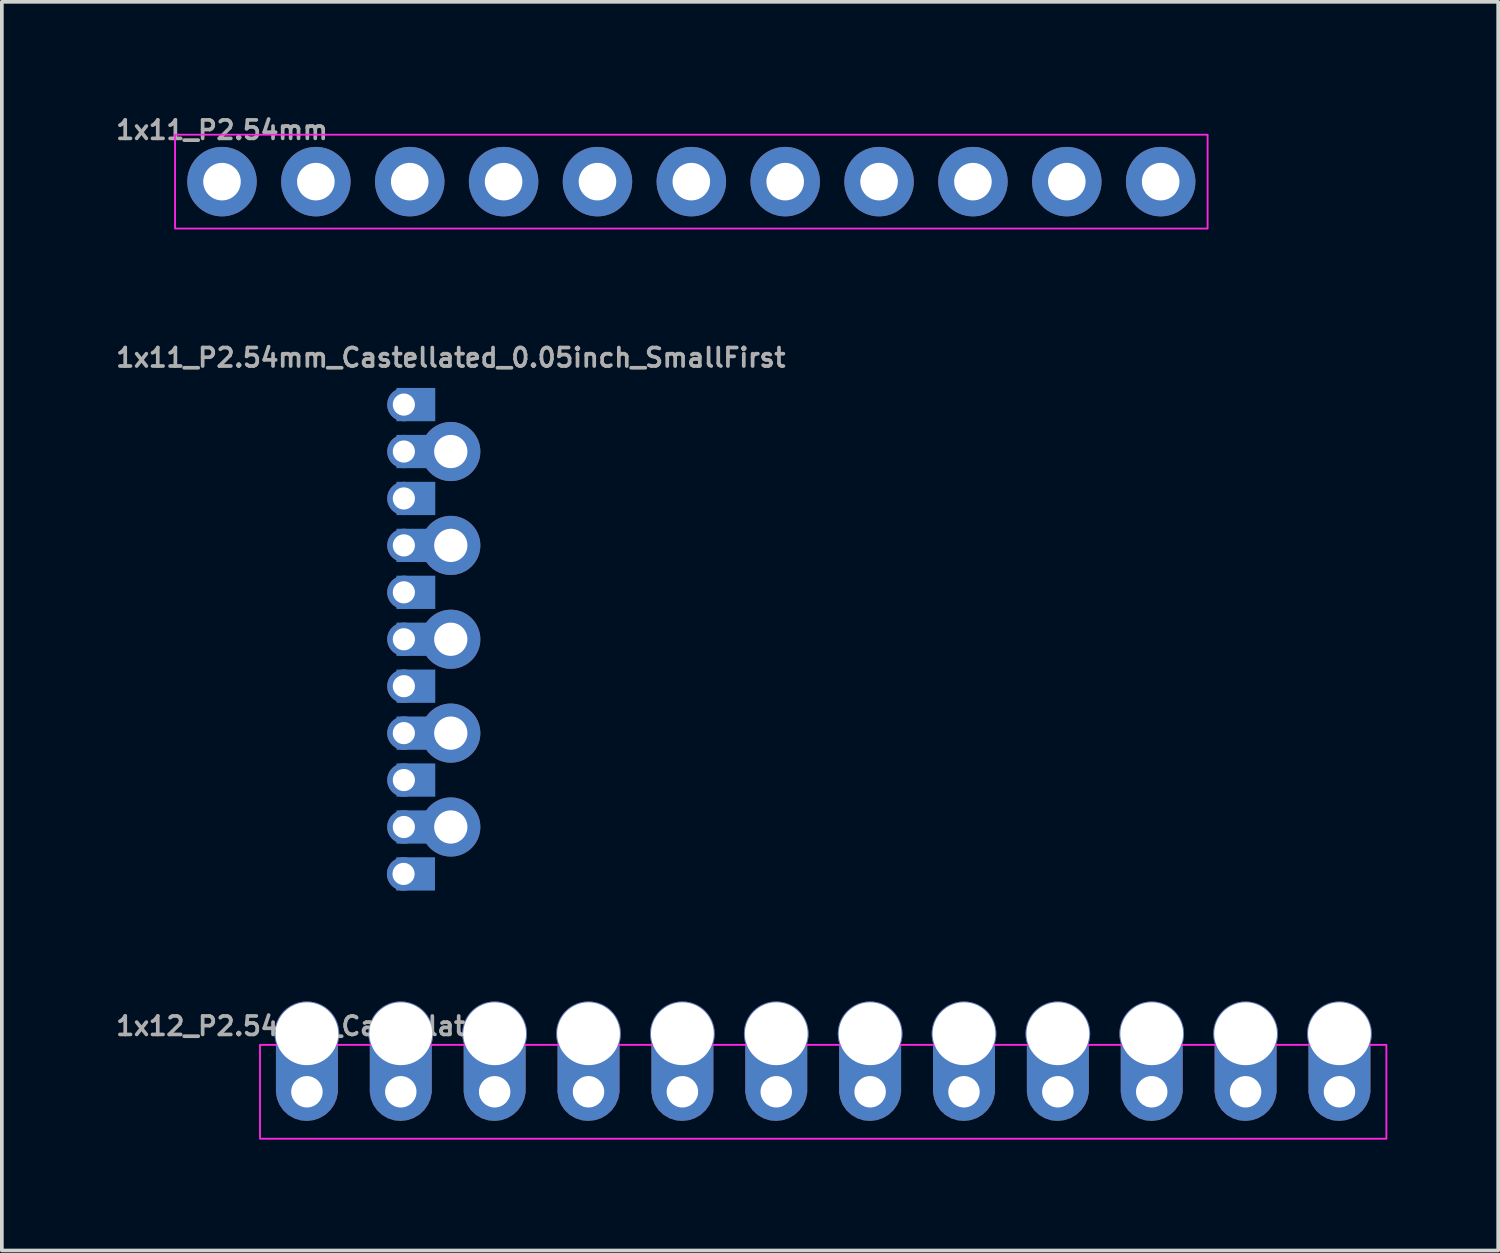
<source format=kicad_pcb>
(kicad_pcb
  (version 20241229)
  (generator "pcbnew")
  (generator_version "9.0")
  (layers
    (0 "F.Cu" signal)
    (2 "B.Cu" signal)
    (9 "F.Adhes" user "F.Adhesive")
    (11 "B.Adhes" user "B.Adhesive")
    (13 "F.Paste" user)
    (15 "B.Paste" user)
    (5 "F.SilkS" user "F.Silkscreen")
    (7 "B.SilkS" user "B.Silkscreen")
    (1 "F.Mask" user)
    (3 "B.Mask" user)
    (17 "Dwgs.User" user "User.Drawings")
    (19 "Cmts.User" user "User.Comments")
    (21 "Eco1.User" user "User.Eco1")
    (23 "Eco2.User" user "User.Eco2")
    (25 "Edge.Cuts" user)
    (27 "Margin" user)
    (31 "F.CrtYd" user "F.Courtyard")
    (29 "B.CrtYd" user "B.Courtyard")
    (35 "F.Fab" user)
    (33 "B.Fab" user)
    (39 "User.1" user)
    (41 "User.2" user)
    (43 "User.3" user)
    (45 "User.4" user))
  (footprint "1x11_P2.54mm_Castellated_0.05inch_SmallFirst"
    (layer "F.Cu")
    (at 9.148 20.598)
    (property "Reference" "1x11_P2.54mm_Castellated_0.05inch_SmallFirst" (at 0 -13.97 0) (layer "F.Fab") (effects (font (size 0.5 0.5) (thickness 0.1))))
    (pad "1" thru_hole circle (at -1.278 0) (size 0.9 0.9) (drill 0.6) (property pad_prop_castellated) (layers "*.Cu" "*.Mask") (remove_unused_layers yes) (keep_end_layers yes) (zone_layer_connections))
    (pad "1" smd rect (at -0.953 0) (size 1.05 0.9) (property pad_prop_castellated) (layers "B.Cu" "B.Mask"))
    (pad "2" thru_hole circle (at -1.27 -1.27) (size 0.9 0.9) (drill 0.6) (property pad_prop_castellated) (layers "*.Cu" "*.Mask") (remove_unused_layers yes) (keep_end_layers yes) (zone_layer_connections))
    (pad "2" smd rect (at -0.945 -1.27) (size 1.05 0.9) (property pad_prop_castellated) (layers "B.Cu" "B.Mask"))
    (pad "2" thru_hole circle (at 0 -1.27 90) (size 1.6 1.6) (drill 0.9) (layers "*.Cu" "F.Mask") (remove_unused_layers yes) (keep_end_layers yes) (zone_layer_connections))
    (pad "3" thru_hole circle (at -1.27 -2.54) (size 0.9 0.9) (drill 0.6) (property pad_prop_castellated) (layers "*.Cu" "*.Mask") (remove_unused_layers yes) (keep_end_layers yes) (zone_layer_connections))
    (pad "3" smd rect (at -0.945 -2.54) (size 1.05 0.9) (property pad_prop_castellated) (layers "B.Cu" "B.Mask"))
    (pad "4" thru_hole circle (at -1.27 -3.81) (size 0.9 0.9) (drill 0.6) (property pad_prop_castellated) (layers "*.Cu" "*.Mask") (remove_unused_layers yes) (keep_end_layers yes) (zone_layer_connections))
    (pad "4" smd rect (at -0.945 -3.81) (size 1.05 0.9) (property pad_prop_castellated) (layers "B.Cu" "B.Mask"))
    (pad "4" thru_hole circle (at 0 -3.81 90) (size 1.6 1.6) (drill 0.9) (layers "*.Cu" "F.Mask") (remove_unused_layers yes) (keep_end_layers yes) (zone_layer_connections))
    (pad "5" thru_hole circle (at -1.27 -5.08) (size 0.9 0.9) (drill 0.6) (property pad_prop_castellated) (layers "*.Cu" "*.Mask") (remove_unused_layers yes) (keep_end_layers yes) (zone_layer_connections))
    (pad "5" smd rect (at -0.945 -5.08) (size 1.05 0.9) (property pad_prop_castellated) (layers "B.Cu" "B.Mask"))
    (pad "6" thru_hole circle (at -1.27 -6.35) (size 0.9 0.9) (drill 0.6) (property pad_prop_castellated) (layers "*.Cu" "*.Mask") (remove_unused_layers yes) (keep_end_layers yes) (zone_layer_connections))
    (pad "6" smd rect (at -0.945 -6.35) (size 1.05 0.9) (property pad_prop_castellated) (layers "B.Cu" "B.Mask"))
    (pad "6" thru_hole circle (at 0 -6.35 90) (size 1.6 1.6) (drill 0.9) (layers "*.Cu" "F.Mask") (remove_unused_layers yes) (keep_end_layers yes) (zone_layer_connections))
    (pad "7" thru_hole circle (at -1.27 -7.62) (size 0.9 0.9) (drill 0.6) (property pad_prop_castellated) (layers "*.Cu" "*.Mask") (remove_unused_layers yes) (keep_end_layers yes) (zone_layer_connections))
    (pad "7" smd rect (at -0.945 -7.62) (size 1.05 0.9) (property pad_prop_castellated) (layers "B.Cu" "B.Mask"))
    (pad "8" thru_hole circle (at -1.27 -8.89) (size 0.9 0.9) (drill 0.6) (property pad_prop_castellated) (layers "*.Cu" "*.Mask") (remove_unused_layers yes) (keep_end_layers yes) (zone_layer_connections))
    (pad "8" smd rect (at -0.945 -8.89) (size 1.05 0.9) (property pad_prop_castellated) (layers "B.Cu" "B.Mask"))
    (pad "8" thru_hole circle (at 0 -8.89 90) (size 1.6 1.6) (drill 0.9) (layers "*.Cu" "F.Mask") (remove_unused_layers yes) (keep_end_layers yes) (zone_layer_connections))
    (pad "9" thru_hole circle (at -1.27 -10.16) (size 0.9 0.9) (drill 0.6) (property pad_prop_castellated) (layers "*.Cu" "*.Mask") (remove_unused_layers yes) (keep_end_layers yes) (zone_layer_connections))
    (pad "9" smd rect (at -0.945 -10.16) (size 1.05 0.9) (property pad_prop_castellated) (layers "B.Cu" "B.Mask"))
    (pad "10" thru_hole circle (at -1.27 -11.43) (size 0.9 0.9) (drill 0.6) (property pad_prop_castellated) (layers "*.Cu" "*.Mask") (remove_unused_layers yes) (keep_end_layers yes) (zone_layer_connections))
    (pad "10" smd rect (at -0.945 -11.43) (size 1.05 0.9) (property pad_prop_castellated) (layers "B.Cu" "B.Mask"))
    (pad "10" thru_hole circle (at 0 -11.43 90) (size 1.6 1.6) (drill 0.9) (layers "*.Cu" "F.Mask") (remove_unused_layers yes) (keep_end_layers yes) (zone_layer_connections))
    (pad "11" thru_hole circle (at -1.27 -12.7) (size 0.9 0.9) (drill 0.6) (property pad_prop_castellated) (layers "*.Cu" "*.Mask") (remove_unused_layers yes) (keep_end_layers yes) (zone_layer_connections))
    (pad "11" smd rect (at -0.945 -12.7) (size 1.05 0.9) (property pad_prop_castellated) (layers "B.Cu" "B.Mask")))
  (footprint "1x12_P2.54mm_Castellated"
    (layer "F.Cu")
    (at 5.255 26.493)
    (property "Reference" "1x12_P2.54mm_Castellated" (at 0 -1.778 0) (layer "F.Fab") (effects (font (size 0.5 0.5) (thickness 0.1))))
    (fp_rect (start -1.27 -1.27) (end 29.21 1.27) (stroke (width 0.05) (type default)) (fill no) (layer "F.CrtYd"))
    (fp_rect (start -0.254 -0.254) (end 0.254 0.254) (stroke (width 0.1) (type default)) (fill no) (layer "F.Fab"))
    (fp_rect (start 2.286 -0.254) (end 2.794 0.254) (stroke (width 0.1) (type default)) (fill no) (layer "F.Fab"))
    (fp_rect (start 4.826 -0.254) (end 5.334 0.254) (stroke (width 0.1) (type default)) (fill no) (layer "F.Fab"))
    (fp_rect (start 7.366 -0.254) (end 7.874 0.254) (stroke (width 0.1) (type default)) (fill no) (layer "F.Fab"))
    (fp_rect (start 9.906 -0.254) (end 10.414 0.254) (stroke (width 0.1) (type default)) (fill no) (layer "F.Fab"))
    (fp_rect (start 12.446 -0.254) (end 12.954 0.254) (stroke (width 0.1) (type default)) (fill no) (layer "F.Fab"))
    (fp_rect (start 14.986 -0.254) (end 15.494 0.254) (stroke (width 0.1) (type default)) (fill no) (layer "F.Fab"))
    (fp_rect (start 17.526 -0.254) (end 18.034 0.254) (stroke (width 0.1) (type default)) (fill no) (layer "F.Fab"))
    (fp_rect (start 20.066 -0.254) (end 20.574 0.254) (stroke (width 0.1) (type default)) (fill no) (layer "F.Fab"))
    (fp_rect (start 22.606 -0.254) (end 23.114 0.254) (stroke (width 0.1) (type default)) (fill no) (layer "F.Fab"))
    (fp_rect (start 25.146 -0.254) (end 25.654 0.254) (stroke (width 0.1) (type default)) (fill no) (layer "F.Fab"))
    (fp_rect (start 27.686 -0.254) (end 28.194 0.254) (stroke (width 0.1) (type default)) (fill no) (layer "F.Fab"))
    (pad "1" thru_hole circle (at 0 -1.57 270) (size 1.75 1.75) (drill 1.7) (layers "*.Cu" "*.Mask") (remove_unused_layers yes) (keep_end_layers yes) (zone_layer_connections))
    (pad "1" thru_hole custom (at 0 0 90) (size 1.016 1.016) (drill 0.85) (layers "*.Cu" "*.Mask") (remove_unused_layers yes) (keep_end_layers yes) (zone_layer_connections) (options (anchor circle)) (primitives (gr_poly (pts (xy -0.189 0.803) (xy -0.352 0.733) (xy -0.498 0.63) (xy -0.619 0.499) (xy -0.71 0.346) (xy -0.767 0.177) (xy -0.787 0.001) (xy -0.787 -0.001) (xy -0.771 -0.179) (xy -0.716 -0.349) (xy -0.625 -0.505) (xy -0.504 -0.636) (xy -0.356 -0.739) (xy -0.19 -0.807) (xy -0.014 -0.838) (xy 1.27 -0.838) (xy 1.27 0.838) (xy -0.014 0.838)) (width 0) (fill yes))))
    (pad "2" thru_hole circle (at 2.54 -1.57 270) (size 1.75 1.75) (drill 1.7) (layers "*.Cu" "*.Mask") (remove_unused_layers yes) (keep_end_layers yes) (zone_layer_connections))
    (pad "2" thru_hole custom (at 2.54 0 90) (size 1.016 1.016) (drill 0.85) (layers "*.Cu" "*.Mask") (remove_unused_layers yes) (keep_end_layers yes) (zone_layer_connections) (options (anchor circle)) (primitives (gr_poly (pts (xy -0.189 0.803) (xy -0.352 0.733) (xy -0.498 0.63) (xy -0.619 0.499) (xy -0.71 0.346) (xy -0.767 0.177) (xy -0.787 0.001) (xy -0.787 -0.001) (xy -0.771 -0.179) (xy -0.716 -0.349) (xy -0.625 -0.505) (xy -0.504 -0.636) (xy -0.356 -0.739) (xy -0.19 -0.807) (xy -0.014 -0.838) (xy 1.27 -0.838) (xy 1.27 0.838) (xy -0.014 0.838)) (width 0) (fill yes))))
    (pad "3" thru_hole circle (at 5.08 -1.57 270) (size 1.75 1.75) (drill 1.7) (layers "*.Cu" "*.Mask") (remove_unused_layers yes) (keep_end_layers yes) (zone_layer_connections))
    (pad "3" thru_hole custom (at 5.08 0 90) (size 1.016 1.016) (drill 0.85) (layers "*.Cu" "*.Mask") (remove_unused_layers yes) (keep_end_layers yes) (zone_layer_connections) (options (anchor circle)) (primitives (gr_poly (pts (xy -0.189 0.803) (xy -0.352 0.733) (xy -0.498 0.63) (xy -0.619 0.499) (xy -0.71 0.346) (xy -0.767 0.177) (xy -0.787 0.001) (xy -0.787 -0.001) (xy -0.771 -0.179) (xy -0.716 -0.349) (xy -0.625 -0.505) (xy -0.504 -0.636) (xy -0.356 -0.739) (xy -0.19 -0.807) (xy -0.014 -0.838) (xy 1.27 -0.838) (xy 1.27 0.838) (xy -0.014 0.838)) (width 0) (fill yes))))
    (pad "4" thru_hole circle (at 7.62 -1.57 270) (size 1.75 1.75) (drill 1.7) (layers "*.Cu" "*.Mask") (remove_unused_layers yes) (keep_end_layers yes) (zone_layer_connections))
    (pad "4" thru_hole custom (at 7.62 0 90) (size 1.016 1.016) (drill 0.85) (layers "*.Cu" "*.Mask") (remove_unused_layers yes) (keep_end_layers yes) (zone_layer_connections) (options (anchor circle)) (primitives (gr_poly (pts (xy -0.189 0.803) (xy -0.352 0.733) (xy -0.498 0.63) (xy -0.619 0.499) (xy -0.71 0.346) (xy -0.767 0.177) (xy -0.787 0.001) (xy -0.787 -0.001) (xy -0.771 -0.179) (xy -0.716 -0.349) (xy -0.625 -0.505) (xy -0.504 -0.636) (xy -0.356 -0.739) (xy -0.19 -0.807) (xy -0.014 -0.838) (xy 1.27 -0.838) (xy 1.27 0.838) (xy -0.014 0.838)) (width 0) (fill yes))))
    (pad "5" thru_hole circle (at 10.16 -1.57 270) (size 1.75 1.75) (drill 1.7) (layers "*.Cu" "*.Mask") (remove_unused_layers yes) (keep_end_layers yes) (zone_layer_connections))
    (pad "5" thru_hole custom (at 10.16 0 90) (size 1.016 1.016) (drill 0.85) (layers "*.Cu" "*.Mask") (remove_unused_layers yes) (keep_end_layers yes) (zone_layer_connections) (options (anchor circle)) (primitives (gr_poly (pts (xy -0.189 0.803) (xy -0.352 0.733) (xy -0.498 0.63) (xy -0.619 0.499) (xy -0.71 0.346) (xy -0.767 0.177) (xy -0.787 0.001) (xy -0.787 -0.001) (xy -0.771 -0.179) (xy -0.716 -0.349) (xy -0.625 -0.505) (xy -0.504 -0.636) (xy -0.356 -0.739) (xy -0.19 -0.807) (xy -0.014 -0.838) (xy 1.27 -0.838) (xy 1.27 0.838) (xy -0.014 0.838)) (width 0) (fill yes))))
    (pad "6" thru_hole circle (at 12.7 -1.57 270) (size 1.75 1.75) (drill 1.7) (layers "*.Cu" "*.Mask") (remove_unused_layers yes) (keep_end_layers yes) (zone_layer_connections))
    (pad "6" thru_hole custom (at 12.7 0 90) (size 1.016 1.016) (drill 0.85) (layers "*.Cu" "*.Mask") (remove_unused_layers yes) (keep_end_layers yes) (zone_layer_connections) (options (anchor circle)) (primitives (gr_poly (pts (xy -0.189 0.803) (xy -0.352 0.733) (xy -0.498 0.63) (xy -0.619 0.499) (xy -0.71 0.346) (xy -0.767 0.177) (xy -0.787 0.001) (xy -0.787 -0.001) (xy -0.771 -0.179) (xy -0.716 -0.349) (xy -0.625 -0.505) (xy -0.504 -0.636) (xy -0.356 -0.739) (xy -0.19 -0.807) (xy -0.014 -0.838) (xy 1.27 -0.838) (xy 1.27 0.838) (xy -0.014 0.838)) (width 0) (fill yes))))
    (pad "7" thru_hole circle (at 15.24 -1.57 270) (size 1.75 1.75) (drill 1.7) (layers "*.Cu" "*.Mask") (remove_unused_layers yes) (keep_end_layers yes) (zone_layer_connections))
    (pad "7" thru_hole custom (at 15.24 0 90) (size 1.016 1.016) (drill 0.85) (layers "*.Cu" "*.Mask") (remove_unused_layers yes) (keep_end_layers yes) (zone_layer_connections) (options (anchor circle)) (primitives (gr_poly (pts (xy -0.189 0.803) (xy -0.352 0.733) (xy -0.498 0.63) (xy -0.619 0.499) (xy -0.71 0.346) (xy -0.767 0.177) (xy -0.787 0.001) (xy -0.787 -0.001) (xy -0.771 -0.179) (xy -0.716 -0.349) (xy -0.625 -0.505) (xy -0.504 -0.636) (xy -0.356 -0.739) (xy -0.19 -0.807) (xy -0.014 -0.838) (xy 1.27 -0.838) (xy 1.27 0.838) (xy -0.014 0.838)) (width 0) (fill yes))))
    (pad "8" thru_hole circle (at 17.78 -1.57 270) (size 1.75 1.75) (drill 1.7) (layers "*.Cu" "*.Mask") (remove_unused_layers yes) (keep_end_layers yes) (zone_layer_connections))
    (pad "8" thru_hole custom (at 17.78 0 90) (size 1.016 1.016) (drill 0.85) (layers "*.Cu" "*.Mask") (remove_unused_layers yes) (keep_end_layers yes) (zone_layer_connections) (options (anchor circle)) (primitives (gr_poly (pts (xy -0.189 0.803) (xy -0.352 0.733) (xy -0.498 0.63) (xy -0.619 0.499) (xy -0.71 0.346) (xy -0.767 0.177) (xy -0.787 0.001) (xy -0.787 -0.001) (xy -0.771 -0.179) (xy -0.716 -0.349) (xy -0.625 -0.505) (xy -0.504 -0.636) (xy -0.356 -0.739) (xy -0.19 -0.807) (xy -0.014 -0.838) (xy 1.27 -0.838) (xy 1.27 0.838) (xy -0.014 0.838)) (width 0) (fill yes))))
    (pad "9" thru_hole circle (at 20.32 -1.57 270) (size 1.75 1.75) (drill 1.7) (layers "*.Cu" "*.Mask") (remove_unused_layers yes) (keep_end_layers yes) (zone_layer_connections))
    (pad "9" thru_hole custom (at 20.32 0 90) (size 1.016 1.016) (drill 0.85) (layers "*.Cu" "*.Mask") (remove_unused_layers yes) (keep_end_layers yes) (zone_layer_connections) (options (anchor circle)) (primitives (gr_poly (pts (xy -0.189 0.803) (xy -0.352 0.733) (xy -0.498 0.63) (xy -0.619 0.499) (xy -0.71 0.346) (xy -0.767 0.177) (xy -0.787 0.001) (xy -0.787 -0.001) (xy -0.771 -0.179) (xy -0.716 -0.349) (xy -0.625 -0.505) (xy -0.504 -0.636) (xy -0.356 -0.739) (xy -0.19 -0.807) (xy -0.014 -0.838) (xy 1.27 -0.838) (xy 1.27 0.838) (xy -0.014 0.838)) (width 0) (fill yes))))
    (pad "10" thru_hole circle (at 22.86 -1.57 270) (size 1.75 1.75) (drill 1.7) (layers "*.Cu" "*.Mask") (remove_unused_layers yes) (keep_end_layers yes) (zone_layer_connections))
    (pad "10" thru_hole custom (at 22.86 0 90) (size 1.016 1.016) (drill 0.85) (layers "*.Cu" "*.Mask") (remove_unused_layers yes) (keep_end_layers yes) (zone_layer_connections) (options (anchor circle)) (primitives (gr_poly (pts (xy -0.189 0.803) (xy -0.352 0.733) (xy -0.498 0.63) (xy -0.619 0.499) (xy -0.71 0.346) (xy -0.767 0.177) (xy -0.787 0.001) (xy -0.787 -0.001) (xy -0.771 -0.179) (xy -0.716 -0.349) (xy -0.625 -0.505) (xy -0.504 -0.636) (xy -0.356 -0.739) (xy -0.19 -0.807) (xy -0.014 -0.838) (xy 1.27 -0.838) (xy 1.27 0.838) (xy -0.014 0.838)) (width 0) (fill yes))))
    (pad "11" thru_hole circle (at 25.4 -1.57 270) (size 1.75 1.75) (drill 1.7) (layers "*.Cu" "*.Mask") (remove_unused_layers yes) (keep_end_layers yes) (zone_layer_connections))
    (pad "11" thru_hole custom (at 25.4 0 90) (size 1.016 1.016) (drill 0.85) (layers "*.Cu" "*.Mask") (remove_unused_layers yes) (keep_end_layers yes) (zone_layer_connections) (options (anchor circle)) (primitives (gr_poly (pts (xy -0.189 0.803) (xy -0.352 0.733) (xy -0.498 0.63) (xy -0.619 0.499) (xy -0.71 0.346) (xy -0.767 0.177) (xy -0.787 0.001) (xy -0.787 -0.001) (xy -0.771 -0.179) (xy -0.716 -0.349) (xy -0.625 -0.505) (xy -0.504 -0.636) (xy -0.356 -0.739) (xy -0.19 -0.807) (xy -0.014 -0.838) (xy 1.27 -0.838) (xy 1.27 0.838) (xy -0.014 0.838)) (width 0) (fill yes))))
    (pad "12" thru_hole circle (at 27.94 -1.57 270) (size 1.75 1.75) (drill 1.7) (layers "*.Cu" "*.Mask") (remove_unused_layers yes) (keep_end_layers yes) (zone_layer_connections))
    (pad "12" thru_hole custom (at 27.94 0 90) (size 1.016 1.016) (drill 0.85) (layers "*.Cu" "*.Mask") (remove_unused_layers yes) (keep_end_layers yes) (zone_layer_connections) (options (anchor circle)) (primitives (gr_poly (pts (xy -0.189 0.803) (xy -0.352 0.733) (xy -0.498 0.63) (xy -0.619 0.499) (xy -0.71 0.346) (xy -0.767 0.177) (xy -0.787 0.001) (xy -0.787 -0.001) (xy -0.771 -0.179) (xy -0.716 -0.349) (xy -0.625 -0.505) (xy -0.504 -0.636) (xy -0.356 -0.739) (xy -0.19 -0.807) (xy -0.014 -0.838) (xy 1.27 -0.838) (xy 1.27 0.838) (xy -0.014 0.838)) (width 0) (fill yes)))))
  (footprint "1x11_P2.54mm"
    (layer "F.Cu")
    (at 2.957 1.865)
    (property "Reference" "1x11_P2.54mm" (at 0 -1.397 0) (layer "F.Fab") (effects (font (size 0.5 0.5) (thickness 0.1))))
    (fp_rect (start -1.27 -1.27) (end 26.67 1.27) (stroke (width 0.05) (type default)) (fill no) (layer "F.CrtYd"))
    (fp_poly (pts (xy -0.254 0.254) (xy 0.254 0.254) (xy 0.254 -0.254) (xy -0.254 -0.254)) (stroke (width 0.1) (type default)) (fill no) (layer "F.Fab"))
    (fp_poly (pts (xy 2.286 0.254) (xy 2.794 0.254) (xy 2.794 -0.254) (xy 2.286 -0.254)) (stroke (width 0.1) (type default)) (fill no) (layer "F.Fab"))
    (fp_poly (pts (xy 4.826 0.254) (xy 5.334 0.254) (xy 5.334 -0.254) (xy 4.826 -0.254)) (stroke (width 0.1) (type default)) (fill no) (layer "F.Fab"))
    (fp_poly (pts (xy 7.366 0.254) (xy 7.874 0.254) (xy 7.874 -0.254) (xy 7.366 -0.254)) (stroke (width 0.1) (type default)) (fill no) (layer "F.Fab"))
    (fp_poly (pts (xy 9.906 0.254) (xy 10.414 0.254) (xy 10.414 -0.254) (xy 9.906 -0.254)) (stroke (width 0.1) (type default)) (fill no) (layer "F.Fab"))
    (fp_poly (pts (xy 12.446 0.254) (xy 12.954 0.254) (xy 12.954 -0.254) (xy 12.446 -0.254)) (stroke (width 0.1) (type default)) (fill no) (layer "F.Fab"))
    (fp_poly (pts (xy 14.986 0.254) (xy 15.494 0.254) (xy 15.494 -0.254) (xy 14.986 -0.254)) (stroke (width 0.1) (type default)) (fill no) (layer "F.Fab"))
    (fp_poly (pts (xy 17.526 0.254) (xy 18.034 0.254) (xy 18.034 -0.254) (xy 17.526 -0.254)) (stroke (width 0.1) (type default)) (fill no) (layer "F.Fab"))
    (fp_poly (pts (xy 20.066 0.254) (xy 20.574 0.254) (xy 20.574 -0.254) (xy 20.066 -0.254)) (stroke (width 0.1) (type default)) (fill no) (layer "F.Fab"))
    (fp_poly (pts (xy 22.606 0.254) (xy 23.114 0.254) (xy 23.114 -0.254) (xy 22.606 -0.254)) (stroke (width 0.1) (type default)) (fill no) (layer "F.Fab"))
    (fp_poly (pts (xy 25.146 0.254) (xy 25.654 0.254) (xy 25.654 -0.254) (xy 25.146 -0.254)) (stroke (width 0.1) (type default)) (fill no) (layer "F.Fab"))
    (pad "1" thru_hole circle (at 0 0 90) (size 1.88 1.88) (drill 1.016) (layers "*.Cu" "*.Mask") (remove_unused_layers yes) (keep_end_layers yes) (zone_layer_connections))
    (pad "2" thru_hole circle (at 2.54 0 90) (size 1.88 1.88) (drill 1.016) (layers "*.Cu" "*.Mask") (remove_unused_layers yes) (keep_end_layers yes) (zone_layer_connections))
    (pad "3" thru_hole circle (at 5.08 0 90) (size 1.88 1.88) (drill 1.016) (layers "*.Cu" "*.Mask") (remove_unused_layers yes) (keep_end_layers yes) (zone_layer_connections))
    (pad "4" thru_hole circle (at 7.62 0 90) (size 1.88 1.88) (drill 1.016) (layers "*.Cu" "*.Mask") (remove_unused_layers yes) (keep_end_layers yes) (zone_layer_connections))
    (pad "5" thru_hole circle (at 10.16 0 90) (size 1.88 1.88) (drill 1.016) (layers "*.Cu" "*.Mask") (remove_unused_layers yes) (keep_end_layers yes) (zone_layer_connections))
    (pad "6" thru_hole circle (at 12.7 0 90) (size 1.88 1.88) (drill 1.016) (layers "*.Cu" "*.Mask") (remove_unused_layers yes) (keep_end_layers yes) (zone_layer_connections))
    (pad "7" thru_hole circle (at 15.24 0 90) (size 1.88 1.88) (drill 1.016) (layers "*.Cu" "*.Mask") (remove_unused_layers yes) (keep_end_layers yes) (zone_layer_connections))
    (pad "8" thru_hole circle (at 17.78 0 90) (size 1.88 1.88) (drill 1.016) (layers "*.Cu" "*.Mask") (remove_unused_layers yes) (keep_end_layers yes) (zone_layer_connections))
    (pad "9" thru_hole circle (at 20.32 0 90) (size 1.88 1.88) (drill 1.016) (layers "*.Cu" "*.Mask") (remove_unused_layers yes) (keep_end_layers yes) (zone_layer_connections))
    (pad "10" thru_hole circle (at 22.86 0 90) (size 1.88 1.88) (drill 1.016) (layers "*.Cu" "*.Mask") (remove_unused_layers yes) (keep_end_layers yes) (zone_layer_connections))
    (pad "11" thru_hole circle (at 25.4 0 90) (size 1.88 1.88) (drill 1.016) (layers "*.Cu" "*.Mask") (remove_unused_layers yes) (keep_end_layers yes) (zone_layer_connections)))
  (gr_rect
    (start -3 -3)
    (end 37.49 30.788)
    (stroke (width 0.1) (type default))
    (fill no)
    (layer "Edge.Cuts")))
</source>
